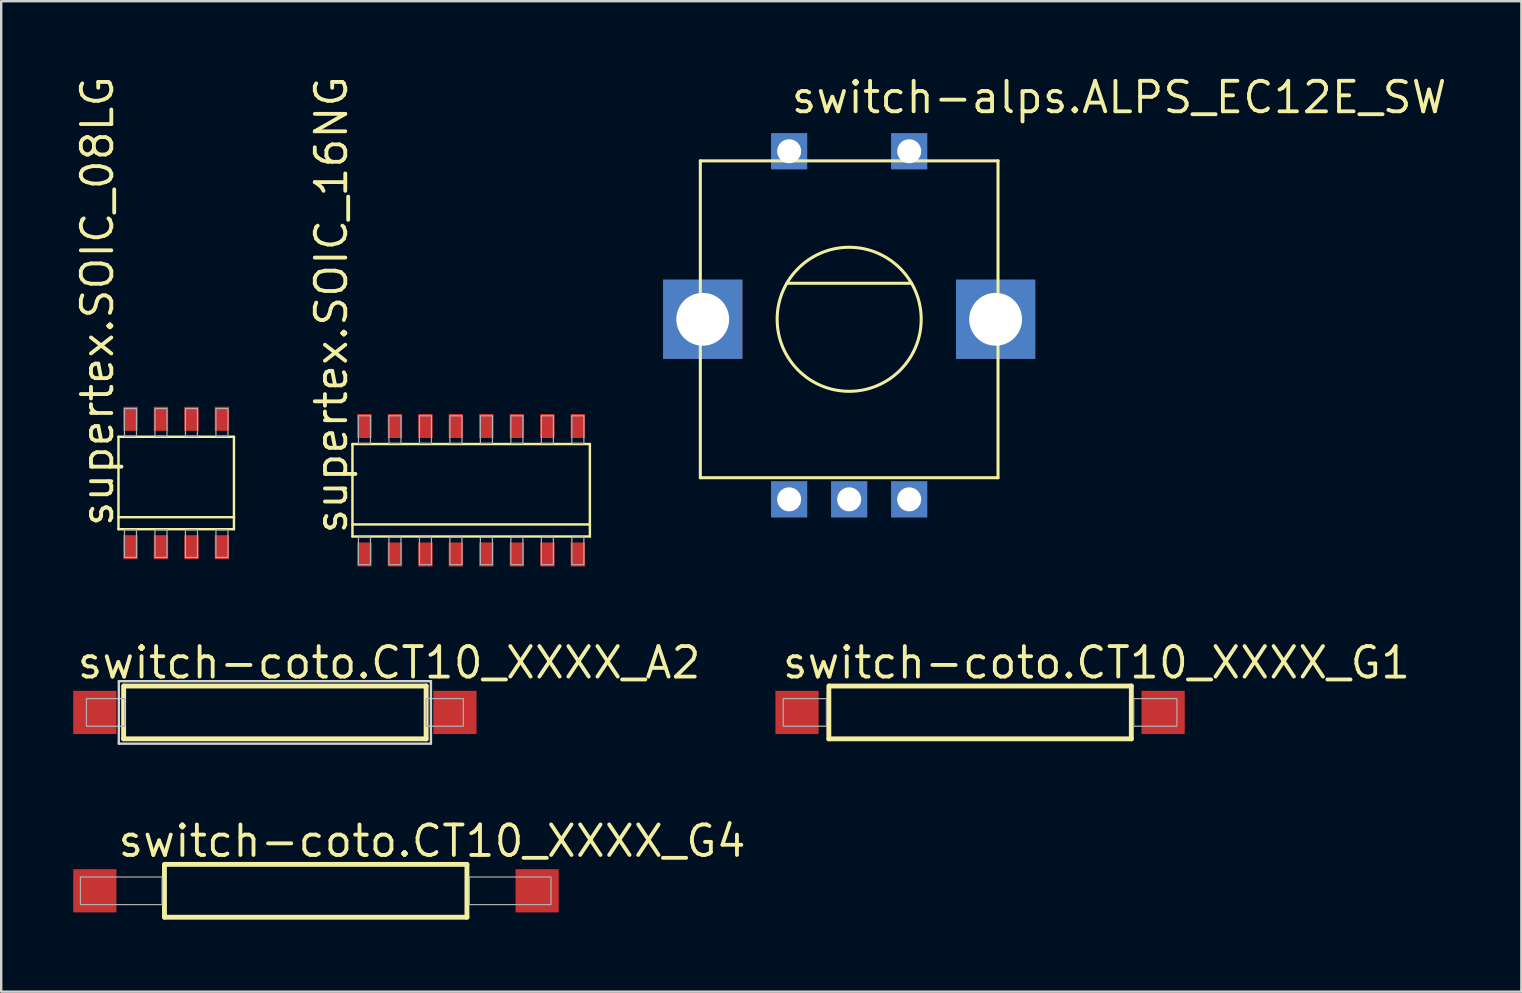
<source format=kicad_pcb>
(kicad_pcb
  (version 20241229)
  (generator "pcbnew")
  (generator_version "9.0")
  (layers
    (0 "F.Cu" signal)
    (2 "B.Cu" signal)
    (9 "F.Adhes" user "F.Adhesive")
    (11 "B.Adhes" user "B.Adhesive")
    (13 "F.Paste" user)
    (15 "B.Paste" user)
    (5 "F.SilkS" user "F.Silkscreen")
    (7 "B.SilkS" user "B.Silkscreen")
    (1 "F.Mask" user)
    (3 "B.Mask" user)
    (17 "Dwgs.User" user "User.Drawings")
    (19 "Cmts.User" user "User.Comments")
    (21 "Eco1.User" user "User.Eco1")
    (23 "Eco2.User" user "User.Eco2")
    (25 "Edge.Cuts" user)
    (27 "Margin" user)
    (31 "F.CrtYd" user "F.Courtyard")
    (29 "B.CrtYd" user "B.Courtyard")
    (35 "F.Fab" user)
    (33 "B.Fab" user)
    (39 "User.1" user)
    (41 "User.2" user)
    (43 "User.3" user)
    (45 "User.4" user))
  (footprint "switch-coto.CT10_XXXX_G1"
    (layer "F.Cu")
    (at 37.775 26.626)
    (property "Reference" "switch-coto.CT10_XXXX_G1" (at -8.32 -1.33 0) (layer "F.SilkS") (effects (font (size 1.27 1.27) (thickness 0.16)) (justify left bottom)))
    (attr smd)
    (fp_line (start -6.3 1.1) (end -6.3 -1.1) (stroke (width 0.203) (type default)) (layer "F.SilkS"))
    (fp_line (start -6.275 -1.1) (end 6.3 -1.1) (stroke (width 0.203) (type default)) (layer "F.SilkS"))
    (fp_line (start 6.3 -1.1) (end 6.3 1.1) (stroke (width 0.203) (type default)) (layer "F.SilkS"))
    (fp_line (start 6.3 1.1) (end -6.3 1.1) (stroke (width 0.203) (type default)) (layer "F.SilkS"))
    (fp_rect (start -8.2 0.575) (end -6.4 -0.575) (stroke (width 0.05) (type default)) (fill no) (layer "F.Fab"))
    (fp_rect (start 6.4 0.575) (end 8.2 -0.575) (stroke (width 0.05) (type default)) (fill no) (layer "F.Fab"))
    (pad "1" smd roundrect (at -7.625 0) (size 1.8 1.8) (layers "F.Cu" "F.Mask" "F.Paste") (roundrect_rratio 0.01))
    (pad "2" smd roundrect (at 7.625 0) (size 1.8 1.8) (layers "F.Cu" "F.Mask" "F.Paste") (roundrect_rratio 0.01)))
  (footprint "supertex.SOIC_16NG"
    (layer "F.Cu")
    (at 16.576 17.371)
    (property "Reference" "supertex.SOIC_16NG" (at -5.08 1.905 90) (layer "F.SilkS") (effects (font (size 1.27 1.27) (thickness 0.16)) (justify left bottom)))
    (attr smd)
    (fp_line (start -4.945 -1.925) (end 4.945 -1.925) (stroke (width 0.102) (type default)) (layer "F.SilkS"))
    (fp_line (start -4.945 1.925) (end -4.945 -1.925) (stroke (width 0.102) (type default)) (layer "F.SilkS"))
    (fp_line (start 4.945 -1.925) (end 4.945 1.425) (stroke (width 0.102) (type default)) (layer "F.SilkS"))
    (fp_line (start 4.945 1.425) (end -4.945 1.425) (stroke (width 0.102) (type default)) (layer "F.SilkS"))
    (fp_line (start 4.945 1.425) (end 4.945 1.925) (stroke (width 0.102) (type default)) (layer "F.SilkS"))
    (fp_line (start 4.945 1.925) (end -4.945 1.925) (stroke (width 0.102) (type default)) (layer "F.SilkS"))
    (fp_rect (start -4.695 -1.95) (end -4.195 -3.1) (stroke (width 0.05) (type default)) (fill no) (layer "F.Fab"))
    (fp_rect (start -4.695 3.1) (end -4.195 1.95) (stroke (width 0.05) (type default)) (fill no) (layer "F.Fab"))
    (fp_rect (start -3.425 -1.95) (end -2.925 -3.1) (stroke (width 0.05) (type default)) (fill no) (layer "F.Fab"))
    (fp_rect (start -3.425 3.1) (end -2.925 1.95) (stroke (width 0.05) (type default)) (fill no) (layer "F.Fab"))
    (fp_rect (start -2.155 -1.95) (end -1.655 -3.1) (stroke (width 0.05) (type default)) (fill no) (layer "F.Fab"))
    (fp_rect (start -2.155 3.1) (end -1.655 1.95) (stroke (width 0.05) (type default)) (fill no) (layer "F.Fab"))
    (fp_rect (start -0.885 -1.95) (end -0.385 -3.1) (stroke (width 0.05) (type default)) (fill no) (layer "F.Fab"))
    (fp_rect (start -0.885 3.1) (end -0.385 1.95) (stroke (width 0.05) (type default)) (fill no) (layer "F.Fab"))
    (fp_rect (start 0.385 -1.95) (end 0.885 -3.1) (stroke (width 0.05) (type default)) (fill no) (layer "F.Fab"))
    (fp_rect (start 0.385 3.1) (end 0.885 1.95) (stroke (width 0.05) (type default)) (fill no) (layer "F.Fab"))
    (fp_rect (start 1.655 -1.95) (end 2.155 -3.1) (stroke (width 0.05) (type default)) (fill no) (layer "F.Fab"))
    (fp_rect (start 1.655 3.1) (end 2.155 1.95) (stroke (width 0.05) (type default)) (fill no) (layer "F.Fab"))
    (fp_rect (start 2.925 -1.95) (end 3.425 -3.1) (stroke (width 0.05) (type default)) (fill no) (layer "F.Fab"))
    (fp_rect (start 2.925 3.1) (end 3.425 1.95) (stroke (width 0.05) (type default)) (fill no) (layer "F.Fab"))
    (fp_rect (start 4.195 -1.95) (end 4.695 -3.1) (stroke (width 0.05) (type default)) (fill no) (layer "F.Fab"))
    (fp_rect (start 4.195 3.1) (end 4.695 1.95) (stroke (width 0.05) (type default)) (fill no) (layer "F.Fab"))
    (pad "1" smd roundrect (at -4.445 2.675) (size 0.6 1) (layers "F.Cu" "F.Mask" "F.Paste") (roundrect_rratio 0.01))
    (pad "2" smd roundrect (at -3.175 2.675) (size 0.6 1) (layers "F.Cu" "F.Mask" "F.Paste") (roundrect_rratio 0.01))
    (pad "3" smd roundrect (at -1.905 2.675) (size 0.6 1) (layers "F.Cu" "F.Mask" "F.Paste") (roundrect_rratio 0.01))
    (pad "4" smd roundrect (at -0.635 2.675) (size 0.6 1) (layers "F.Cu" "F.Mask" "F.Paste") (roundrect_rratio 0.01))
    (pad "5" smd roundrect (at 0.635 2.675) (size 0.6 1) (layers "F.Cu" "F.Mask" "F.Paste") (roundrect_rratio 0.01))
    (pad "6" smd roundrect (at 1.905 2.675) (size 0.6 1) (layers "F.Cu" "F.Mask" "F.Paste") (roundrect_rratio 0.01))
    (pad "7" smd roundrect (at 3.175 2.675) (size 0.6 1) (layers "F.Cu" "F.Mask" "F.Paste") (roundrect_rratio 0.01))
    (pad "8" smd roundrect (at 4.445 2.675) (size 0.6 1) (layers "F.Cu" "F.Mask" "F.Paste") (roundrect_rratio 0.01))
    (pad "9" smd roundrect (at 4.445 -2.675 180) (size 0.6 1) (layers "F.Cu" "F.Mask" "F.Paste") (roundrect_rratio 0.01))
    (pad "10" smd roundrect (at 3.175 -2.675 180) (size 0.6 1) (layers "F.Cu" "F.Mask" "F.Paste") (roundrect_rratio 0.01))
    (pad "11" smd roundrect (at 1.905 -2.675 180) (size 0.6 1) (layers "F.Cu" "F.Mask" "F.Paste") (roundrect_rratio 0.01))
    (pad "12" smd roundrect (at 0.635 -2.675 180) (size 0.6 1) (layers "F.Cu" "F.Mask" "F.Paste") (roundrect_rratio 0.01))
    (pad "13" smd roundrect (at -0.635 -2.675 180) (size 0.6 1) (layers "F.Cu" "F.Mask" "F.Paste") (roundrect_rratio 0.01))
    (pad "14" smd roundrect (at -1.905 -2.675 180) (size 0.6 1) (layers "F.Cu" "F.Mask" "F.Paste") (roundrect_rratio 0.01))
    (pad "15" smd roundrect (at -3.175 -2.675 180) (size 0.6 1) (layers "F.Cu" "F.Mask" "F.Paste") (roundrect_rratio 0.01))
    (pad "16" smd roundrect (at -4.445 -2.675 180) (size 0.6 1) (layers "F.Cu" "F.Mask" "F.Paste") (roundrect_rratio 0.01)))
  (footprint "switch-coto.CT10_XXXX_G4"
    (layer "F.Cu")
    (at 10.1 34.056)
    (property "Reference" "switch-coto.CT10_XXXX_G4" (at -8.32 -1.33 0) (layer "F.SilkS") (effects (font (size 1.27 1.27) (thickness 0.16)) (justify left bottom)))
    (attr smd)
    (fp_line (start -6.3 1.1) (end -6.3 -1.1) (stroke (width 0.203) (type default)) (layer "F.SilkS"))
    (fp_line (start -6.275 -1.1) (end 6.3 -1.1) (stroke (width 0.203) (type default)) (layer "F.SilkS"))
    (fp_line (start 6.3 -1.1) (end 6.3 1.1) (stroke (width 0.203) (type default)) (layer "F.SilkS"))
    (fp_line (start 6.3 1.1) (end -6.3 1.1) (stroke (width 0.203) (type default)) (layer "F.SilkS"))
    (fp_rect (start -9.8 0.575) (end -6.4 -0.575) (stroke (width 0.05) (type default)) (fill no) (layer "F.Fab"))
    (fp_rect (start 6.4 0.575) (end 9.8 -0.575) (stroke (width 0.05) (type default)) (fill no) (layer "F.Fab"))
    (pad "1" smd roundrect (at -9.2 0) (size 1.8 1.8) (layers "F.Cu" "F.Mask" "F.Paste") (roundrect_rratio 0.01))
    (pad "2" smd roundrect (at 9.225 0) (size 1.8 1.8) (layers "F.Cu" "F.Mask" "F.Paste") (roundrect_rratio 0.01)))
  (footprint "switch-alps.ALPS_EC12E_SW"
    (layer "F.Cu")
    (at 32.322 10.25)
    (property "Reference" "switch-alps.ALPS_EC12E_SW" (at -2.5 -8.5 0) (layer "F.SilkS") (effects (font (size 1.27 1.27) (thickness 0.16)) (justify left bottom)))
    (attr through_hole)
    (fp_line (start -6.2 -6.6) (end -6.2 6.6) (stroke (width 0.127) (type default)) (layer "F.SilkS"))
    (fp_line (start -6.2 6.6) (end 6.2 6.6) (stroke (width 0.127) (type default)) (layer "F.SilkS"))
    (fp_line (start -2.6 -1.5) (end 2.6 -1.5) (stroke (width 0.127) (type default)) (layer "F.SilkS"))
    (fp_line (start 6.2 -6.6) (end -6.2 -6.6) (stroke (width 0.127) (type default)) (layer "F.SilkS"))
    (fp_line (start 6.2 6.6) (end 6.2 -6.6) (stroke (width 0.127) (type default)) (layer "F.SilkS"))
    (fp_circle (center 0 0) (end 3 0) (stroke (width 0.127) (type default)) (fill no) (layer "F.SilkS"))
    (pad "A" thru_hole rect (at -2.5 7.5) (size 1.5 1.5) (drill 1) (layers "*.Cu" "*.Mask"))
    (pad "B" thru_hole rect (at 2.5 7.5) (size 1.5 1.5) (drill 1) (layers "*.Cu" "*.Mask"))
    (pad "C" thru_hole rect (at 0 7.5) (size 1.5 1.5) (drill 1) (layers "*.Cu" "*.Mask"))
    (pad "D" thru_hole rect (at -2.5 -7) (size 1.5 1.5) (drill 1) (layers "*.Cu" "*.Mask"))
    (pad "E" thru_hole rect (at 2.5 -7) (size 1.5 1.5) (drill 1) (layers "*.Cu" "*.Mask"))
    (pad "GND1" thru_hole rect (at -6.1 0) (size 3.3 3.3) (drill 2.2) (layers "*.Cu" "*.Mask"))
    (pad "GND2" thru_hole rect (at 6.1 0) (size 3.3 3.3) (drill 2.2) (layers "*.Cu" "*.Mask")))
  (footprint "switch-coto.CT10_XXXX_A2"
    (layer "F.Cu")
    (at 8.4 26.626)
    (property "Reference" "switch-coto.CT10_XXXX_A2" (at -8.32 -1.33 0) (layer "F.SilkS") (effects (font (size 1.27 1.27) (thickness 0.16)) (justify left bottom)))
    (attr smd)
    (fp_line (start -6.3 1.1) (end -6.3 -1.1) (stroke (width 0.203) (type default)) (layer "F.SilkS"))
    (fp_line (start -6.275 -1.1) (end 6.3 -1.1) (stroke (width 0.203) (type default)) (layer "F.SilkS"))
    (fp_line (start 6.3 -1.1) (end 6.3 1.1) (stroke (width 0.203) (type default)) (layer "F.SilkS"))
    (fp_line (start 6.3 1.1) (end -6.3 1.1) (stroke (width 0.203) (type default)) (layer "F.SilkS"))
    (fp_line (start -6.5 -1.3) (end 6.5 -1.3) (stroke (width 0.1) (type default)) (layer "Edge.Cuts"))
    (fp_line (start -6.5 1.3) (end -6.5 -1.3) (stroke (width 0.1) (type default)) (layer "Edge.Cuts"))
    (fp_line (start 6.5 -1.3) (end 6.5 1.3) (stroke (width 0.1) (type default)) (layer "Edge.Cuts"))
    (fp_line (start 6.5 1.3) (end -6.5 1.3) (stroke (width 0.1) (type default)) (layer "Edge.Cuts"))
    (fp_rect (start -7.85 0.575) (end -6.25 -0.575) (stroke (width 0.05) (type default)) (fill no) (layer "F.Fab"))
    (fp_rect (start 6.3 0.575) (end 7.85 -0.575) (stroke (width 0.05) (type default)) (fill no) (layer "F.Fab"))
    (pad "1" smd roundrect (at -7.5 0) (size 1.8 1.8) (layers "F.Cu" "F.Mask" "F.Paste") (roundrect_rratio 0.01))
    (pad "2" smd roundrect (at 7.5 0) (size 1.8 1.8) (layers "F.Cu" "F.Mask" "F.Paste") (roundrect_rratio 0.01)))
  (footprint "supertex.SOIC_08LG"
    (layer "F.Cu")
    (at 4.29 17.069)
    (property "Reference" "supertex.SOIC_08LG" (at -2.54 1.905 90) (layer "F.SilkS") (effects (font (size 1.27 1.27) (thickness 0.16)) (justify left bottom)))
    (attr smd)
    (fp_line (start -2.405 -1.925) (end 2.405 -1.925) (stroke (width 0.102) (type default)) (layer "F.SilkS"))
    (fp_line (start -2.405 1.925) (end -2.405 -1.925) (stroke (width 0.102) (type default)) (layer "F.SilkS"))
    (fp_line (start 2.405 -1.925) (end 2.405 1.425) (stroke (width 0.102) (type default)) (layer "F.SilkS"))
    (fp_line (start 2.405 1.425) (end -2.405 1.425) (stroke (width 0.102) (type default)) (layer "F.SilkS"))
    (fp_line (start 2.405 1.425) (end 2.405 1.925) (stroke (width 0.102) (type default)) (layer "F.SilkS"))
    (fp_line (start 2.405 1.925) (end -2.405 1.925) (stroke (width 0.102) (type default)) (layer "F.SilkS"))
    (fp_rect (start -2.155 -1.95) (end -1.655 -3.1) (stroke (width 0.05) (type default)) (fill no) (layer "F.Fab"))
    (fp_rect (start -2.155 3.1) (end -1.655 1.95) (stroke (width 0.05) (type default)) (fill no) (layer "F.Fab"))
    (fp_rect (start -0.885 -1.95) (end -0.385 -3.1) (stroke (width 0.05) (type default)) (fill no) (layer "F.Fab"))
    (fp_rect (start -0.885 3.1) (end -0.385 1.95) (stroke (width 0.05) (type default)) (fill no) (layer "F.Fab"))
    (fp_rect (start 0.385 -1.95) (end 0.885 -3.1) (stroke (width 0.05) (type default)) (fill no) (layer "F.Fab"))
    (fp_rect (start 0.385 3.1) (end 0.885 1.95) (stroke (width 0.05) (type default)) (fill no) (layer "F.Fab"))
    (fp_rect (start 1.655 -1.95) (end 2.155 -3.1) (stroke (width 0.05) (type default)) (fill no) (layer "F.Fab"))
    (fp_rect (start 1.655 3.1) (end 2.155 1.95) (stroke (width 0.05) (type default)) (fill no) (layer "F.Fab"))
    (pad "1" smd roundrect (at -1.905 2.675) (size 0.6 1) (layers "F.Cu" "F.Mask" "F.Paste") (roundrect_rratio 0.01))
    (pad "2" smd roundrect (at -0.635 2.675) (size 0.6 1) (layers "F.Cu" "F.Mask" "F.Paste") (roundrect_rratio 0.01))
    (pad "3" smd roundrect (at 0.635 2.675) (size 0.6 1) (layers "F.Cu" "F.Mask" "F.Paste") (roundrect_rratio 0.01))
    (pad "4" smd roundrect (at 1.905 2.675) (size 0.6 1) (layers "F.Cu" "F.Mask" "F.Paste") (roundrect_rratio 0.01))
    (pad "5" smd roundrect (at 1.905 -2.675 180) (size 0.6 1) (layers "F.Cu" "F.Mask" "F.Paste") (roundrect_rratio 0.01))
    (pad "6" smd roundrect (at 0.635 -2.675 180) (size 0.6 1) (layers "F.Cu" "F.Mask" "F.Paste") (roundrect_rratio 0.01))
    (pad "7" smd roundrect (at -0.635 -2.675 180) (size 0.6 1) (layers "F.Cu" "F.Mask" "F.Paste") (roundrect_rratio 0.01))
    (pad "8" smd roundrect (at -1.905 -2.675 180) (size 0.6 1) (layers "F.Cu" "F.Mask" "F.Paste") (roundrect_rratio 0.01)))
  (gr_rect
    (start -3 -3)
    (end 60.322 38.258)
    (stroke (width 0.1) (type default))
    (fill no)
    (layer "Edge.Cuts")))
</source>
